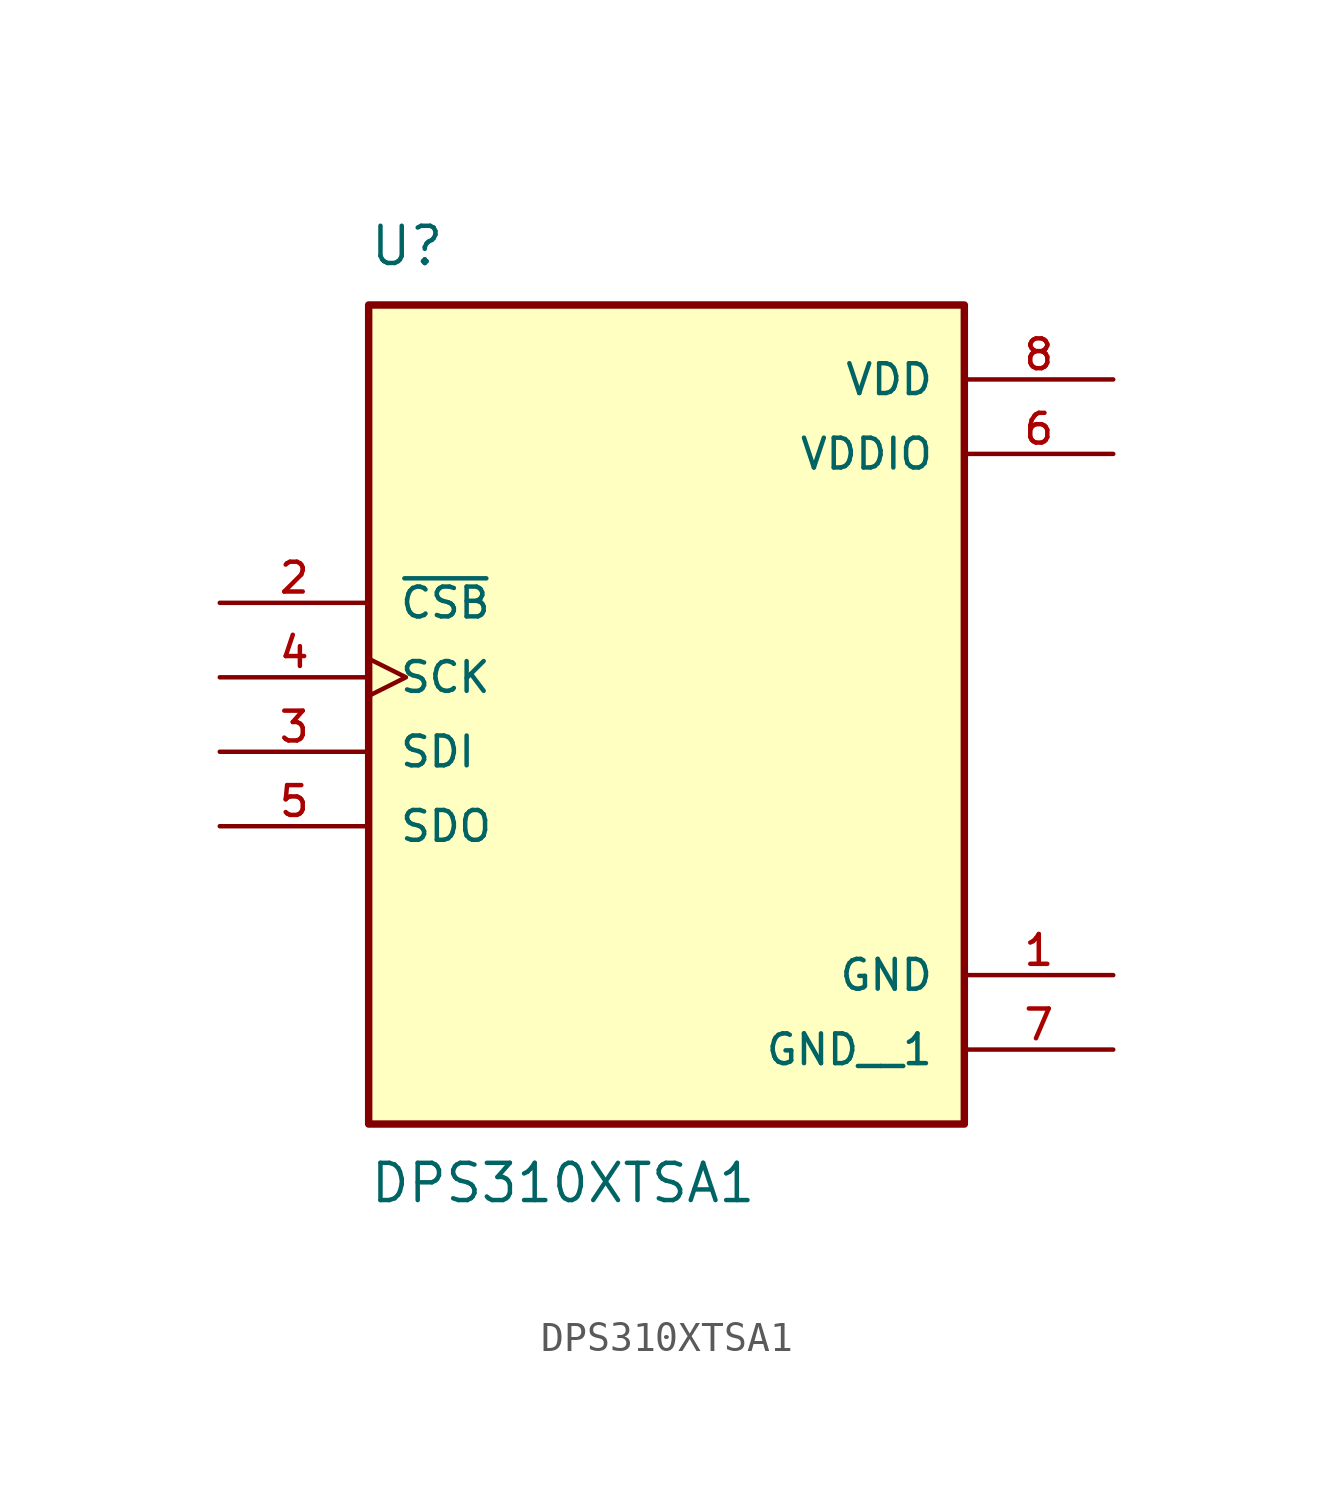
<source format=kicad_sym>
(kicad_symbol_lib
  (version 20211014)
  (generator kicad_symbol_editor)
  (symbol "DPS310XTSA1"
    (pin_names
      (offset 1.016))
    (property "Reference" "U"
      (at -10.16 13.97 0)
      (effects (font (size 1.27 1.27)) (justify bottom left)))
    (property "Value" "DPS310XTSA1"
      (at -10.16 -16.51 0)
      (effects (font (size 1.27 1.27)) (justify top left)))
    (symbol "DPS310XTSA1_0_0"
      (rectangle (start -10.16 -15.24) (end 10.16 12.7) (stroke (width 0.254)) (fill (type background)))
      (pin power_in line (at 15.24 -10.16 180.0) (length 5.08) (name "GND" (effects (font (size 1.016 1.016)))) (number "1" (effects (font (size 1.016 1.016)))))
      (pin input line (at -15.24 2.54 0) (length 5.08) (name "~{CSB}" (effects (font (size 1.016 1.016)))) (number "2" (effects (font (size 1.016 1.016)))))
      (pin bidirectional line (at -15.24 -2.54 0) (length 5.08) (name "SDI" (effects (font (size 1.016 1.016)))) (number "3" (effects (font (size 1.016 1.016)))))
      (pin input clock (at -15.24 0.0 0) (length 5.08) (name "SCK" (effects (font (size 1.016 1.016)))) (number "4" (effects (font (size 1.016 1.016)))))
      (pin output line (at -15.24 -5.08 0) (length 5.08) (name "SDO" (effects (font (size 1.016 1.016)))) (number "5" (effects (font (size 1.016 1.016)))))
      (pin power_in line (at 15.24 7.62 180.0) (length 5.08) (name "VDDIO" (effects (font (size 1.016 1.016)))) (number "6" (effects (font (size 1.016 1.016)))))
      (pin power_in line (at 15.24 10.16 180.0) (length 5.08) (name "VDD" (effects (font (size 1.016 1.016)))) (number "8" (effects (font (size 1.016 1.016)))))
      (pin power_in line (at 15.24 -12.7 180.0) (length 5.08) (name "GND__1" (effects (font (size 1.016 1.016)))) (number "7" (effects (font (size 1.016 1.016))))))))
</source>
